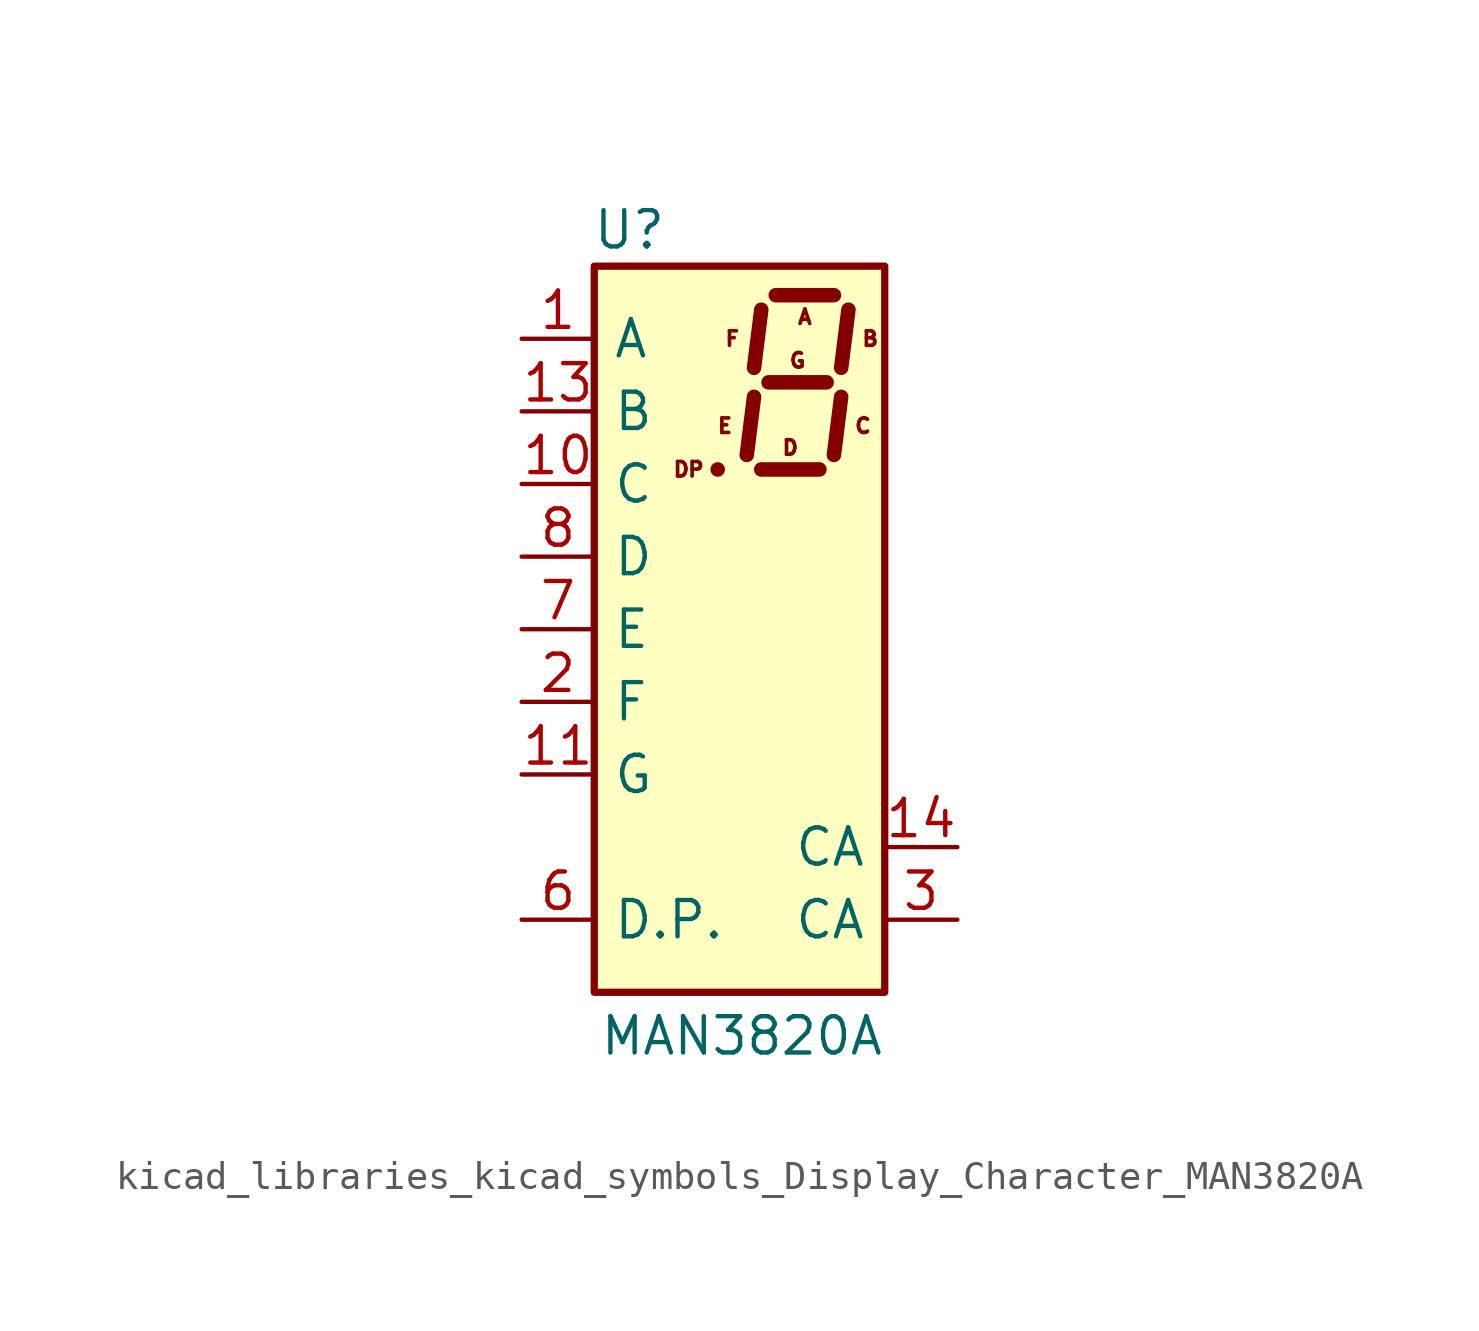
<source format=kicad_sym>
(kicad_symbol_lib
  (version 20220914)
  (generator kicad_symbol_editor)
  (symbol "kicad_libraries_kicad_symbols_Display_Character_MAN3820A"
    (pin_names
      (offset 0.635))
    (property "Reference" "U"
      (at -2.54 13.97 0)
      (effects (font (size 1.27 1.27)) (justify right)))
    (property "Value" "MAN3820A"
      (at 5.08 -14.224 0)
      (effects (font (size 1.27 1.27)) (justify right)))
    (symbol "kicad_libraries_kicad_symbols_Display_Character_MAN3820A_0_0"
      (text "A" (at 2.286 10.922 0) (effects (font (size 0.508 0.508))))
      (text "B" (at 4.572 10.16 0) (effects (font (size 0.508 0.508))))
      (text "C" (at 4.318 7.112 0) (effects (font (size 0.508 0.508))))
      (text "D" (at 1.778 6.35 0) (effects (font (size 0.508 0.508))))
      (text "DP" (at -1.778 5.588 0) (effects (font (size 0.508 0.508))))
      (text "E" (at -0.508 7.112 0) (effects (font (size 0.508 0.508))))
      (text "F" (at -0.254 10.16 0) (effects (font (size 0.508 0.508))))
      (text "G" (at 2.032 9.398 0) (effects (font (size 0.508 0.508)))))
    (symbol "kicad_libraries_kicad_symbols_Display_Character_MAN3820A_0_1"
      (rectangle (start -5.08 12.7) (end 5.08 -12.7) (stroke (width 0.254) (type default)) (fill (type background)))
      (polyline (pts (xy -0.762 5.588) (xy -0.762 5.588)) (stroke (width 0.508) (type default)) (fill (type none)))
      (polyline (pts (xy 0.508 8.128) (xy 0.254 6.096)) (stroke (width 0.508) (type default)) (fill (type none)))
      (polyline (pts (xy 0.762 5.588) (xy 2.794 5.588)) (stroke (width 0.508) (type default)) (fill (type none)))
      (polyline (pts (xy 0.762 11.176) (xy 0.508 9.144)) (stroke (width 0.508) (type default)) (fill (type none)))
      (polyline (pts (xy 1.016 8.636) (xy 3.048 8.636)) (stroke (width 0.508) (type default)) (fill (type none)))
      (polyline (pts (xy 1.27 11.684) (xy 3.302 11.684)) (stroke (width 0.508) (type default)) (fill (type none)))
      (polyline (pts (xy 3.556 8.128) (xy 3.302 6.096)) (stroke (width 0.508) (type default)) (fill (type none)))
      (polyline (pts (xy 3.81 11.176) (xy 3.556 9.144)) (stroke (width 0.508) (type default)) (fill (type none))))
    (symbol "kicad_libraries_kicad_symbols_Display_Character_MAN3820A_1_1"
      (pin input line (at -7.62 10.16 0) (length 2.54) (name "A" (effects (font (size 1.27 1.27)))) (number "1" (effects (font (size 1.27 1.27)))))
      (pin input line (at -7.62 5.08 0) (length 2.54) (name "C" (effects (font (size 1.27 1.27)))) (number "10" (effects (font (size 1.27 1.27)))))
      (pin input line (at -7.62 -5.08 0) (length 2.54) (name "G" (effects (font (size 1.27 1.27)))) (number "11" (effects (font (size 1.27 1.27)))))
      (pin no_connect line (at 5.08 -5.08 180) (length 2.54) hide (name "NC" (effects (font (size 1.27 1.27)))) (number "12" (effects (font (size 1.27 1.27)))))
      (pin input line (at -7.62 7.62 0) (length 2.54) (name "B" (effects (font (size 1.27 1.27)))) (number "13" (effects (font (size 1.27 1.27)))))
      (pin input line (at 7.62 -7.62 180) (length 2.54) (name "CA" (effects (font (size 1.27 1.27)))) (number "14" (effects (font (size 1.27 1.27)))))
      (pin input line (at -7.62 -2.54 0) (length 2.54) (name "F" (effects (font (size 1.27 1.27)))) (number "2" (effects (font (size 1.27 1.27)))))
      (pin input line (at 7.62 -10.16 180) (length 2.54) (name "CA" (effects (font (size 1.27 1.27)))) (number "3" (effects (font (size 1.27 1.27)))))
      (pin no_connect line (at 5.08 2.54 180) (length 2.54) hide (name "NC" (effects (font (size 1.27 1.27)))) (number "4" (effects (font (size 1.27 1.27)))))
      (pin no_connect line (at 5.08 0 180) (length 2.54) hide (name "NC" (effects (font (size 1.27 1.27)))) (number "5" (effects (font (size 1.27 1.27)))))
      (pin input line (at -7.62 -10.16 0) (length 2.54) (name "D.P." (effects (font (size 1.27 1.27)))) (number "6" (effects (font (size 1.27 1.27)))))
      (pin input line (at -7.62 0 0) (length 2.54) (name "E" (effects (font (size 1.27 1.27)))) (number "7" (effects (font (size 1.27 1.27)))))
      (pin input line (at -7.62 2.54 0) (length 2.54) (name "D" (effects (font (size 1.27 1.27)))) (number "8" (effects (font (size 1.27 1.27)))))
      (pin no_connect line (at 5.08 -2.54 180) (length 2.54) hide (name "NC" (effects (font (size 1.27 1.27)))) (number "9" (effects (font (size 1.27 1.27))))))))
</source>
